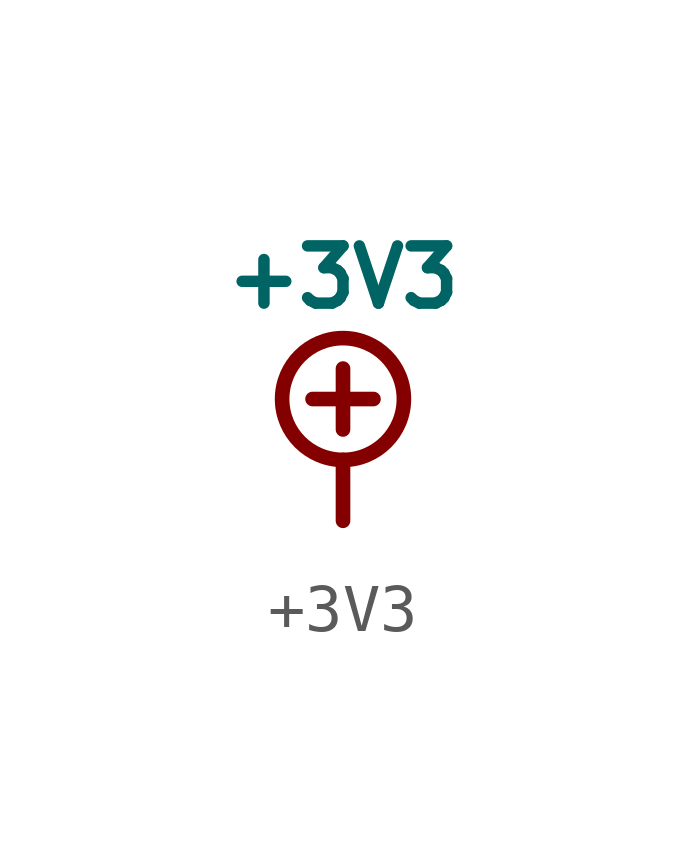
<source format=kicad_sym>
(kicad_symbol_lib
  (version 20220914)
  (generator kicad_symbol_editor)
  (symbol "+3V3"
    (power)
    (pin_names
      (offset 0))
    (property "Reference" "#PWR"
      (at 0 6.985 0)
      (effects (font (size 1.524 1.524)) hide))
    (property "Value" "+3V3"
      (at 0 5.08 0)
      (effects (font (size 1.194 1.194) bold)))
    (property "Footprint" ""
      (at 0 0 0)
      (effects (font (size 1.524 1.524))))
    (property "Datasheet" ""
      (at 0 0 0)
      (effects (font (size 1.524 1.524))))
    (symbol "+3V3_1_0"
      (polyline (pts (xy -0.635 2.54) (xy 0.635 2.54)) (stroke (width 0.305) (type default)) (fill (type none)))
      (polyline (pts (xy 0 1.27) (xy 0 0)) (stroke (width 0.305) (type default)) (fill (type none)))
      (polyline (pts (xy 0 3.175) (xy 0 1.905)) (stroke (width 0.305) (type default)) (fill (type none)))
      (circle (center 0 2.54) (radius 1.27) (stroke (width 0.305) (type default)) (fill (type none)))
      (pin power_in line (at 0 0 90) (length 0) hide (name "+3V3" (effects (font (size 1.27 1.27)))) (number "1" (effects (font (size 1.27 1.27))))))))
</source>
